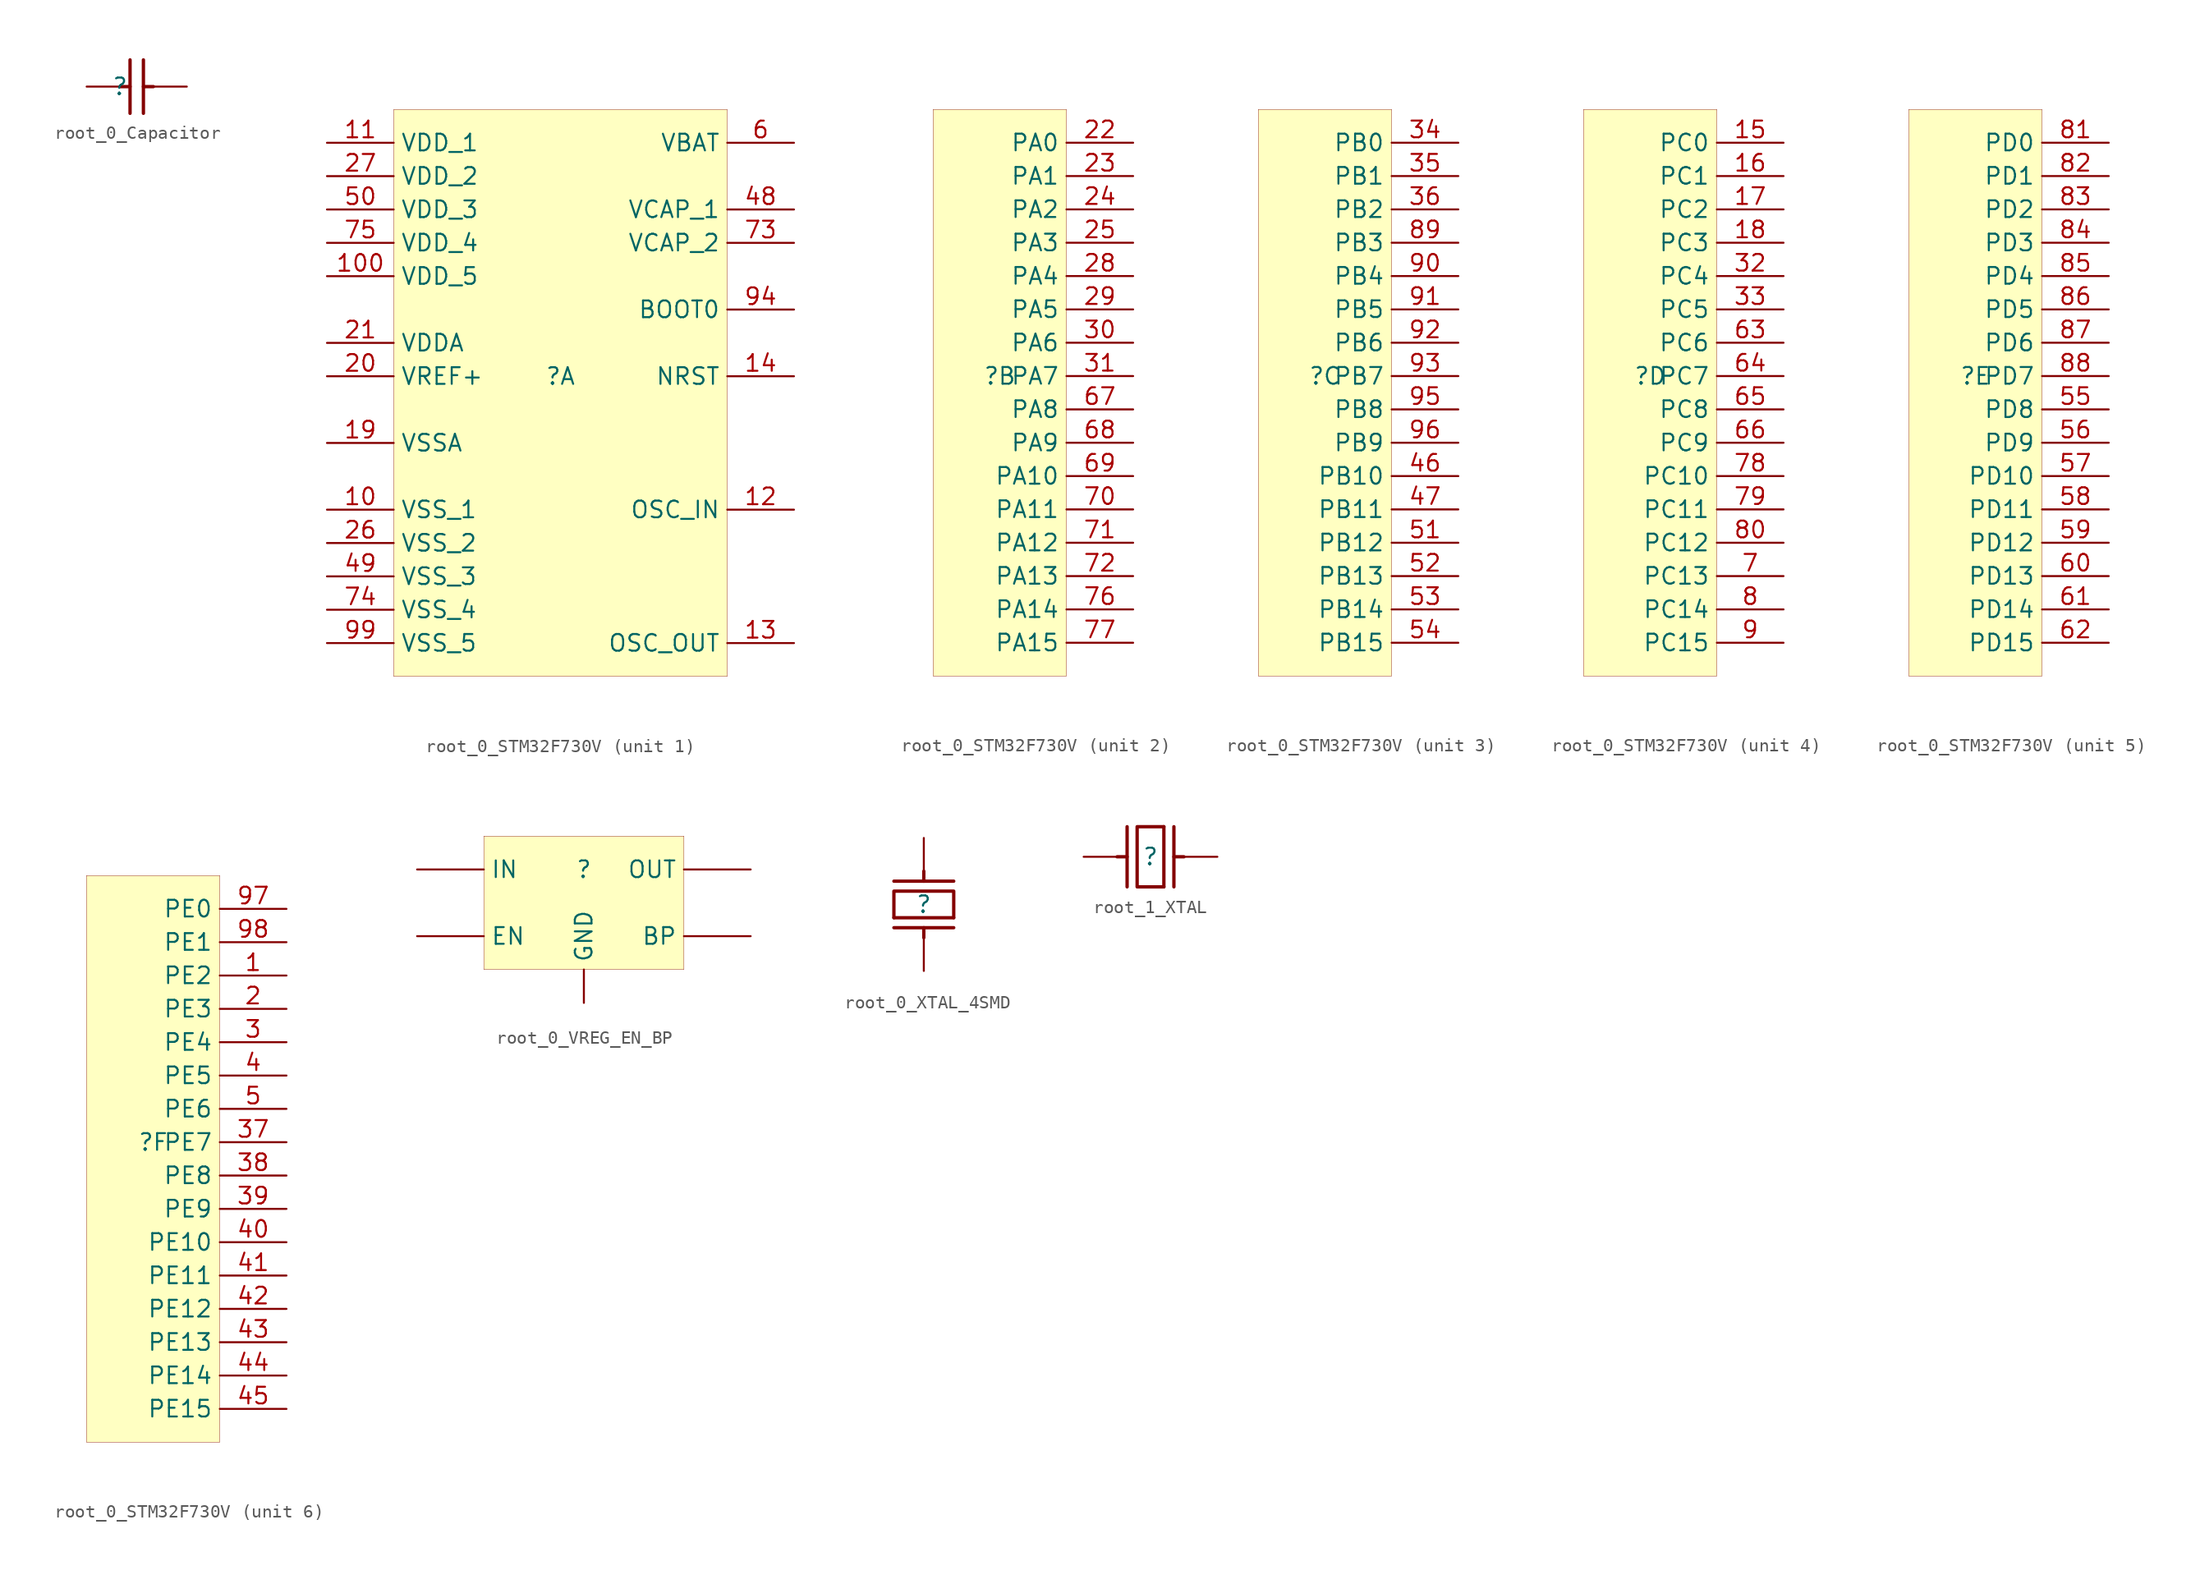
<source format=kicad_sym>
(kicad_symbol_lib
  (version 20231120)
  (generator "kicad_symbol_editor")
  (generator_version "8.0")
  (symbol "root_0_Capacitor"
    (property "Reference" ""
      (at 0 0 0)
      (effects (font (size 1.27 1.27))))
    (property "Value" ""
      (at 0 0 0)
      (effects (font (size 1.27 1.27))))
    (symbol "root_0_Capacitor_1_0"
      (polyline (pts (xy 0 0) (xy 0.762 0)) (stroke (width 0.254) (type solid)) (fill (type none)))
      (polyline (pts (xy 0.762 2.032) (xy 0.762 -2.032)) (stroke (width 0.254) (type solid)) (fill (type none)))
      (polyline (pts (xy 1.778 -2.032) (xy 1.778 2.032)) (stroke (width 0.254) (type solid)) (fill (type none)))
      (polyline (pts (xy 1.778 0) (xy 2.54 0)) (stroke (width 0.254) (type solid)) (fill (type none)))
      (pin passive line (at -2.54 0 0) (length 2.54) (name "1" (effects (font (size 0 0)))) (number "1" (effects (font (size 0 0)))))
      (pin passive line (at 5.08 0 180) (length 2.54) (name "2" (effects (font (size 0 0)))) (number "2" (effects (font (size 0 0)))))))
  (symbol "root_0_STM32F730V"
    (property "Reference" ""
      (at 0 0 0)
      (effects (font (size 1.27 1.27))))
    (property "Value" ""
      (at 0 0 0)
      (effects (font (size 1.27 1.27))))
    (symbol "root_0_STM32F730V_1_0"
      (rectangle (start 12.7 20.32) (end -12.7 -22.86) (stroke (width 0.025) (type solid) (color 128 0 0 1)) (fill (type background)))
      (pin passive line (at -17.78 -10.16 0) (length 5.08) (name "VSS_1" (effects (font (size 1.27 1.27)))) (number "10" (effects (font (size 1.27 1.27)))))
      (pin passive line (at -17.78 7.62 0) (length 5.08) (name "VDD_5" (effects (font (size 1.27 1.27)))) (number "100" (effects (font (size 1.27 1.27)))))
      (pin passive line (at -17.78 17.78 0) (length 5.08) (name "VDD_1" (effects (font (size 1.27 1.27)))) (number "11" (effects (font (size 1.27 1.27)))))
      (pin passive line (at 17.78 -10.16 180) (length 5.08) (name "OSC_IN" (effects (font (size 1.27 1.27)))) (number "12" (effects (font (size 1.27 1.27)))))
      (pin passive line (at 17.78 -20.32 180) (length 5.08) (name "OSC_OUT" (effects (font (size 1.27 1.27)))) (number "13" (effects (font (size 1.27 1.27)))))
      (pin passive line (at 17.78 0 180) (length 5.08) (name "NRST" (effects (font (size 1.27 1.27)))) (number "14" (effects (font (size 1.27 1.27)))))
      (pin passive line (at -17.78 -5.08 0) (length 5.08) (name "VSSA" (effects (font (size 1.27 1.27)))) (number "19" (effects (font (size 1.27 1.27)))))
      (pin passive line (at -17.78 0 0) (length 5.08) (name "VREF+" (effects (font (size 1.27 1.27)))) (number "20" (effects (font (size 1.27 1.27)))))
      (pin passive line (at -17.78 2.54 0) (length 5.08) (name "VDDA" (effects (font (size 1.27 1.27)))) (number "21" (effects (font (size 1.27 1.27)))))
      (pin passive line (at -17.78 -12.7 0) (length 5.08) (name "VSS_2" (effects (font (size 1.27 1.27)))) (number "26" (effects (font (size 1.27 1.27)))))
      (pin passive line (at -17.78 15.24 0) (length 5.08) (name "VDD_2" (effects (font (size 1.27 1.27)))) (number "27" (effects (font (size 1.27 1.27)))))
      (pin passive line (at 17.78 12.7 180) (length 5.08) (name "VCAP_1" (effects (font (size 1.27 1.27)))) (number "48" (effects (font (size 1.27 1.27)))))
      (pin passive line (at -17.78 -15.24 0) (length 5.08) (name "VSS_3" (effects (font (size 1.27 1.27)))) (number "49" (effects (font (size 1.27 1.27)))))
      (pin passive line (at -17.78 12.7 0) (length 5.08) (name "VDD_3" (effects (font (size 1.27 1.27)))) (number "50" (effects (font (size 1.27 1.27)))))
      (pin passive line (at 17.78 17.78 180) (length 5.08) (name "VBAT" (effects (font (size 1.27 1.27)))) (number "6" (effects (font (size 1.27 1.27)))))
      (pin passive line (at 17.78 10.16 180) (length 5.08) (name "VCAP_2" (effects (font (size 1.27 1.27)))) (number "73" (effects (font (size 1.27 1.27)))))
      (pin passive line (at -17.78 -17.78 0) (length 5.08) (name "VSS_4" (effects (font (size 1.27 1.27)))) (number "74" (effects (font (size 1.27 1.27)))))
      (pin passive line (at -17.78 10.16 0) (length 5.08) (name "VDD_4" (effects (font (size 1.27 1.27)))) (number "75" (effects (font (size 1.27 1.27)))))
      (pin passive line (at 17.78 5.08 180) (length 5.08) (name "BOOT0" (effects (font (size 1.27 1.27)))) (number "94" (effects (font (size 1.27 1.27)))))
      (pin passive line (at -17.78 -20.32 0) (length 5.08) (name "VSS_5" (effects (font (size 1.27 1.27)))) (number "99" (effects (font (size 1.27 1.27))))))
    (symbol "root_0_STM32F730V_2_0"
      (rectangle (start 5.08 20.32) (end -5.08 -22.86) (stroke (width 0.025) (type solid) (color 128 0 0 1)) (fill (type background)))
      (pin passive line (at 10.16 17.78 180) (length 5.08) (name "PA0" (effects (font (size 1.27 1.27)))) (number "22" (effects (font (size 1.27 1.27)))))
      (pin passive line (at 10.16 15.24 180) (length 5.08) (name "PA1" (effects (font (size 1.27 1.27)))) (number "23" (effects (font (size 1.27 1.27)))))
      (pin passive line (at 10.16 12.7 180) (length 5.08) (name "PA2" (effects (font (size 1.27 1.27)))) (number "24" (effects (font (size 1.27 1.27)))))
      (pin passive line (at 10.16 10.16 180) (length 5.08) (name "PA3" (effects (font (size 1.27 1.27)))) (number "25" (effects (font (size 1.27 1.27)))))
      (pin passive line (at 10.16 7.62 180) (length 5.08) (name "PA4" (effects (font (size 1.27 1.27)))) (number "28" (effects (font (size 1.27 1.27)))))
      (pin passive line (at 10.16 5.08 180) (length 5.08) (name "PA5" (effects (font (size 1.27 1.27)))) (number "29" (effects (font (size 1.27 1.27)))))
      (pin passive line (at 10.16 2.54 180) (length 5.08) (name "PA6" (effects (font (size 1.27 1.27)))) (number "30" (effects (font (size 1.27 1.27)))))
      (pin passive line (at 10.16 0 180) (length 5.08) (name "PA7" (effects (font (size 1.27 1.27)))) (number "31" (effects (font (size 1.27 1.27)))))
      (pin passive line (at 10.16 -2.54 180) (length 5.08) (name "PA8" (effects (font (size 1.27 1.27)))) (number "67" (effects (font (size 1.27 1.27)))))
      (pin passive line (at 10.16 -5.08 180) (length 5.08) (name "PA9" (effects (font (size 1.27 1.27)))) (number "68" (effects (font (size 1.27 1.27)))))
      (pin passive line (at 10.16 -7.62 180) (length 5.08) (name "PA10" (effects (font (size 1.27 1.27)))) (number "69" (effects (font (size 1.27 1.27)))))
      (pin passive line (at 10.16 -10.16 180) (length 5.08) (name "PA11" (effects (font (size 1.27 1.27)))) (number "70" (effects (font (size 1.27 1.27)))))
      (pin passive line (at 10.16 -12.7 180) (length 5.08) (name "PA12" (effects (font (size 1.27 1.27)))) (number "71" (effects (font (size 1.27 1.27)))))
      (pin passive line (at 10.16 -15.24 180) (length 5.08) (name "PA13" (effects (font (size 1.27 1.27)))) (number "72" (effects (font (size 1.27 1.27)))))
      (pin passive line (at 10.16 -17.78 180) (length 5.08) (name "PA14" (effects (font (size 1.27 1.27)))) (number "76" (effects (font (size 1.27 1.27)))))
      (pin passive line (at 10.16 -20.32 180) (length 5.08) (name "PA15" (effects (font (size 1.27 1.27)))) (number "77" (effects (font (size 1.27 1.27))))))
    (symbol "root_0_STM32F730V_3_0"
      (rectangle (start 5.08 20.32) (end -5.08 -22.86) (stroke (width 0.025) (type solid) (color 128 0 0 1)) (fill (type background)))
      (pin passive line (at 10.16 17.78 180) (length 5.08) (name "PB0" (effects (font (size 1.27 1.27)))) (number "34" (effects (font (size 1.27 1.27)))))
      (pin passive line (at 10.16 15.24 180) (length 5.08) (name "PB1" (effects (font (size 1.27 1.27)))) (number "35" (effects (font (size 1.27 1.27)))))
      (pin passive line (at 10.16 12.7 180) (length 5.08) (name "PB2" (effects (font (size 1.27 1.27)))) (number "36" (effects (font (size 1.27 1.27)))))
      (pin passive line (at 10.16 -7.62 180) (length 5.08) (name "PB10" (effects (font (size 1.27 1.27)))) (number "46" (effects (font (size 1.27 1.27)))))
      (pin passive line (at 10.16 -10.16 180) (length 5.08) (name "PB11" (effects (font (size 1.27 1.27)))) (number "47" (effects (font (size 1.27 1.27)))))
      (pin passive line (at 10.16 -12.7 180) (length 5.08) (name "PB12" (effects (font (size 1.27 1.27)))) (number "51" (effects (font (size 1.27 1.27)))))
      (pin passive line (at 10.16 -15.24 180) (length 5.08) (name "PB13" (effects (font (size 1.27 1.27)))) (number "52" (effects (font (size 1.27 1.27)))))
      (pin passive line (at 10.16 -17.78 180) (length 5.08) (name "PB14" (effects (font (size 1.27 1.27)))) (number "53" (effects (font (size 1.27 1.27)))))
      (pin passive line (at 10.16 -20.32 180) (length 5.08) (name "PB15" (effects (font (size 1.27 1.27)))) (number "54" (effects (font (size 1.27 1.27)))))
      (pin passive line (at 10.16 10.16 180) (length 5.08) (name "PB3" (effects (font (size 1.27 1.27)))) (number "89" (effects (font (size 1.27 1.27)))))
      (pin passive line (at 10.16 7.62 180) (length 5.08) (name "PB4" (effects (font (size 1.27 1.27)))) (number "90" (effects (font (size 1.27 1.27)))))
      (pin passive line (at 10.16 5.08 180) (length 5.08) (name "PB5" (effects (font (size 1.27 1.27)))) (number "91" (effects (font (size 1.27 1.27)))))
      (pin passive line (at 10.16 2.54 180) (length 5.08) (name "PB6" (effects (font (size 1.27 1.27)))) (number "92" (effects (font (size 1.27 1.27)))))
      (pin passive line (at 10.16 0 180) (length 5.08) (name "PB7" (effects (font (size 1.27 1.27)))) (number "93" (effects (font (size 1.27 1.27)))))
      (pin passive line (at 10.16 -2.54 180) (length 5.08) (name "PB8" (effects (font (size 1.27 1.27)))) (number "95" (effects (font (size 1.27 1.27)))))
      (pin passive line (at 10.16 -5.08 180) (length 5.08) (name "PB9" (effects (font (size 1.27 1.27)))) (number "96" (effects (font (size 1.27 1.27))))))
    (symbol "root_0_STM32F730V_4_0"
      (rectangle (start 5.08 20.32) (end -5.08 -22.86) (stroke (width 0.025) (type solid) (color 128 0 0 1)) (fill (type background)))
      (pin passive line (at 10.16 17.78 180) (length 5.08) (name "PC0" (effects (font (size 1.27 1.27)))) (number "15" (effects (font (size 1.27 1.27)))))
      (pin passive line (at 10.16 15.24 180) (length 5.08) (name "PC1" (effects (font (size 1.27 1.27)))) (number "16" (effects (font (size 1.27 1.27)))))
      (pin passive line (at 10.16 12.7 180) (length 5.08) (name "PC2" (effects (font (size 1.27 1.27)))) (number "17" (effects (font (size 1.27 1.27)))))
      (pin passive line (at 10.16 10.16 180) (length 5.08) (name "PC3" (effects (font (size 1.27 1.27)))) (number "18" (effects (font (size 1.27 1.27)))))
      (pin passive line (at 10.16 7.62 180) (length 5.08) (name "PC4" (effects (font (size 1.27 1.27)))) (number "32" (effects (font (size 1.27 1.27)))))
      (pin passive line (at 10.16 5.08 180) (length 5.08) (name "PC5" (effects (font (size 1.27 1.27)))) (number "33" (effects (font (size 1.27 1.27)))))
      (pin passive line (at 10.16 2.54 180) (length 5.08) (name "PC6" (effects (font (size 1.27 1.27)))) (number "63" (effects (font (size 1.27 1.27)))))
      (pin passive line (at 10.16 0 180) (length 5.08) (name "PC7" (effects (font (size 1.27 1.27)))) (number "64" (effects (font (size 1.27 1.27)))))
      (pin passive line (at 10.16 -2.54 180) (length 5.08) (name "PC8" (effects (font (size 1.27 1.27)))) (number "65" (effects (font (size 1.27 1.27)))))
      (pin passive line (at 10.16 -5.08 180) (length 5.08) (name "PC9" (effects (font (size 1.27 1.27)))) (number "66" (effects (font (size 1.27 1.27)))))
      (pin passive line (at 10.16 -15.24 180) (length 5.08) (name "PC13" (effects (font (size 1.27 1.27)))) (number "7" (effects (font (size 1.27 1.27)))))
      (pin passive line (at 10.16 -7.62 180) (length 5.08) (name "PC10" (effects (font (size 1.27 1.27)))) (number "78" (effects (font (size 1.27 1.27)))))
      (pin passive line (at 10.16 -10.16 180) (length 5.08) (name "PC11" (effects (font (size 1.27 1.27)))) (number "79" (effects (font (size 1.27 1.27)))))
      (pin passive line (at 10.16 -17.78 180) (length 5.08) (name "PC14" (effects (font (size 1.27 1.27)))) (number "8" (effects (font (size 1.27 1.27)))))
      (pin passive line (at 10.16 -12.7 180) (length 5.08) (name "PC12" (effects (font (size 1.27 1.27)))) (number "80" (effects (font (size 1.27 1.27)))))
      (pin passive line (at 10.16 -20.32 180) (length 5.08) (name "PC15" (effects (font (size 1.27 1.27)))) (number "9" (effects (font (size 1.27 1.27))))))
    (symbol "root_0_STM32F730V_5_0"
      (rectangle (start 5.08 20.32) (end -5.08 -22.86) (stroke (width 0.025) (type solid) (color 128 0 0 1)) (fill (type background)))
      (pin passive line (at 10.16 -2.54 180) (length 5.08) (name "PD8" (effects (font (size 1.27 1.27)))) (number "55" (effects (font (size 1.27 1.27)))))
      (pin passive line (at 10.16 -5.08 180) (length 5.08) (name "PD9" (effects (font (size 1.27 1.27)))) (number "56" (effects (font (size 1.27 1.27)))))
      (pin passive line (at 10.16 -7.62 180) (length 5.08) (name "PD10" (effects (font (size 1.27 1.27)))) (number "57" (effects (font (size 1.27 1.27)))))
      (pin passive line (at 10.16 -10.16 180) (length 5.08) (name "PD11" (effects (font (size 1.27 1.27)))) (number "58" (effects (font (size 1.27 1.27)))))
      (pin passive line (at 10.16 -12.7 180) (length 5.08) (name "PD12" (effects (font (size 1.27 1.27)))) (number "59" (effects (font (size 1.27 1.27)))))
      (pin passive line (at 10.16 -15.24 180) (length 5.08) (name "PD13" (effects (font (size 1.27 1.27)))) (number "60" (effects (font (size 1.27 1.27)))))
      (pin passive line (at 10.16 -17.78 180) (length 5.08) (name "PD14" (effects (font (size 1.27 1.27)))) (number "61" (effects (font (size 1.27 1.27)))))
      (pin passive line (at 10.16 -20.32 180) (length 5.08) (name "PD15" (effects (font (size 1.27 1.27)))) (number "62" (effects (font (size 1.27 1.27)))))
      (pin passive line (at 10.16 17.78 180) (length 5.08) (name "PD0" (effects (font (size 1.27 1.27)))) (number "81" (effects (font (size 1.27 1.27)))))
      (pin passive line (at 10.16 15.24 180) (length 5.08) (name "PD1" (effects (font (size 1.27 1.27)))) (number "82" (effects (font (size 1.27 1.27)))))
      (pin passive line (at 10.16 12.7 180) (length 5.08) (name "PD2" (effects (font (size 1.27 1.27)))) (number "83" (effects (font (size 1.27 1.27)))))
      (pin passive line (at 10.16 10.16 180) (length 5.08) (name "PD3" (effects (font (size 1.27 1.27)))) (number "84" (effects (font (size 1.27 1.27)))))
      (pin passive line (at 10.16 7.62 180) (length 5.08) (name "PD4" (effects (font (size 1.27 1.27)))) (number "85" (effects (font (size 1.27 1.27)))))
      (pin passive line (at 10.16 5.08 180) (length 5.08) (name "PD5" (effects (font (size 1.27 1.27)))) (number "86" (effects (font (size 1.27 1.27)))))
      (pin passive line (at 10.16 2.54 180) (length 5.08) (name "PD6" (effects (font (size 1.27 1.27)))) (number "87" (effects (font (size 1.27 1.27)))))
      (pin passive line (at 10.16 0 180) (length 5.08) (name "PD7" (effects (font (size 1.27 1.27)))) (number "88" (effects (font (size 1.27 1.27))))))
    (symbol "root_0_STM32F730V_6_0"
      (rectangle (start 5.08 20.32) (end -5.08 -22.86) (stroke (width 0.025) (type solid) (color 128 0 0 1)) (fill (type background)))
      (pin passive line (at 10.16 12.7 180) (length 5.08) (name "PE2" (effects (font (size 1.27 1.27)))) (number "1" (effects (font (size 1.27 1.27)))))
      (pin passive line (at 10.16 10.16 180) (length 5.08) (name "PE3" (effects (font (size 1.27 1.27)))) (number "2" (effects (font (size 1.27 1.27)))))
      (pin passive line (at 10.16 7.62 180) (length 5.08) (name "PE4" (effects (font (size 1.27 1.27)))) (number "3" (effects (font (size 1.27 1.27)))))
      (pin passive line (at 10.16 0 180) (length 5.08) (name "PE7" (effects (font (size 1.27 1.27)))) (number "37" (effects (font (size 1.27 1.27)))))
      (pin passive line (at 10.16 -2.54 180) (length 5.08) (name "PE8" (effects (font (size 1.27 1.27)))) (number "38" (effects (font (size 1.27 1.27)))))
      (pin passive line (at 10.16 -5.08 180) (length 5.08) (name "PE9" (effects (font (size 1.27 1.27)))) (number "39" (effects (font (size 1.27 1.27)))))
      (pin passive line (at 10.16 5.08 180) (length 5.08) (name "PE5" (effects (font (size 1.27 1.27)))) (number "4" (effects (font (size 1.27 1.27)))))
      (pin passive line (at 10.16 -7.62 180) (length 5.08) (name "PE10" (effects (font (size 1.27 1.27)))) (number "40" (effects (font (size 1.27 1.27)))))
      (pin passive line (at 10.16 -10.16 180) (length 5.08) (name "PE11" (effects (font (size 1.27 1.27)))) (number "41" (effects (font (size 1.27 1.27)))))
      (pin passive line (at 10.16 -12.7 180) (length 5.08) (name "PE12" (effects (font (size 1.27 1.27)))) (number "42" (effects (font (size 1.27 1.27)))))
      (pin passive line (at 10.16 -15.24 180) (length 5.08) (name "PE13" (effects (font (size 1.27 1.27)))) (number "43" (effects (font (size 1.27 1.27)))))
      (pin passive line (at 10.16 -17.78 180) (length 5.08) (name "PE14" (effects (font (size 1.27 1.27)))) (number "44" (effects (font (size 1.27 1.27)))))
      (pin passive line (at 10.16 -20.32 180) (length 5.08) (name "PE15" (effects (font (size 1.27 1.27)))) (number "45" (effects (font (size 1.27 1.27)))))
      (pin passive line (at 10.16 2.54 180) (length 5.08) (name "PE6" (effects (font (size 1.27 1.27)))) (number "5" (effects (font (size 1.27 1.27)))))
      (pin passive line (at 10.16 17.78 180) (length 5.08) (name "PE0" (effects (font (size 1.27 1.27)))) (number "97" (effects (font (size 1.27 1.27)))))
      (pin passive line (at 10.16 15.24 180) (length 5.08) (name "PE1" (effects (font (size 1.27 1.27)))) (number "98" (effects (font (size 1.27 1.27)))))))
  (symbol "root_0_VREG_EN_BP"
    (property "Reference" ""
      (at 0 0 0)
      (effects (font (size 1.27 1.27))))
    (property "Value" ""
      (at 0 0 0)
      (effects (font (size 1.27 1.27))))
    (symbol "root_0_VREG_EN_BP_1_0"
      (rectangle (start 7.62 2.54) (end -7.62 -7.62) (stroke (width 0.025) (type solid) (color 128 0 0 1)) (fill (type background)))
      (pin passive line (at 12.7 -5.08 180) (length 5.08) (name "BP" (effects (font (size 1.27 1.27)))) (number "BP" (effects (font (size 0 0)))))
      (pin passive line (at -12.7 -5.08 0) (length 5.08) (name "EN" (effects (font (size 1.27 1.27)))) (number "EN" (effects (font (size 0 0)))))
      (pin passive line (at 0 -10.16 90) (length 2.54) (name "GND" (effects (font (size 1.27 1.27)))) (number "GND" (effects (font (size 0 0)))))
      (pin passive line (at -12.7 0 0) (length 5.08) (name "IN" (effects (font (size 1.27 1.27)))) (number "IN" (effects (font (size 0 0)))))
      (pin passive line (at 12.7 0 180) (length 5.08) (name "OUT" (effects (font (size 1.27 1.27)))) (number "OUT" (effects (font (size 0 0)))))))
  (symbol "root_0_XTAL_4SMD"
    (property "Reference" ""
      (at 0 0 0)
      (effects (font (size 1.27 1.27))))
    (property "Value" ""
      (at 0 0 0)
      (effects (font (size 1.27 1.27))))
    (symbol "root_0_XTAL_4SMD_1_0"
      (polyline (pts (xy -2.286 -1.778) (xy 2.286 -1.778)) (stroke (width 0.254) (type solid)) (fill (type none)))
      (polyline (pts (xy -2.286 -1.016) (xy 2.286 -1.016)) (stroke (width 0.254) (type solid)) (fill (type none)))
      (polyline (pts (xy -2.286 1.778) (xy 2.286 1.778)) (stroke (width 0.254) (type solid)) (fill (type none)))
      (polyline (pts (xy 0 -1.778) (xy 0 -2.54)) (stroke (width 0.254) (type solid)) (fill (type none)))
      (polyline (pts (xy 0 2.54) (xy 0 1.778)) (stroke (width 0.254) (type solid)) (fill (type none)))
      (polyline (pts (xy -2.286 -1.016) (xy -2.286 1.016) (xy 2.286 1.016) (xy 2.286 -1.016)) (stroke (width 0.254) (type solid)) (fill (type none)))
      (pin passive line (at 0 5.08 270) (length 2.54) (name "1" (effects (font (size 0 0)))) (number "1" (effects (font (size 0 0)))))
      (pin passive line (at 2.54 2.54 0) (length 0) hide (name "2" (effects (font (size 1.27 1.27)))) (number "2" (effects (font (size 0 0)))))
      (pin passive line (at 0 -5.08 90) (length 2.54) (name "3" (effects (font (size 0 0)))) (number "3" (effects (font (size 0 0)))))
      (pin passive line (at 2.54 0 0) (length 0) hide (name "4" (effects (font (size 1.27 1.27)))) (number "4" (effects (font (size 0 0)))))))
  (symbol "root_1_XTAL"
    (property "Reference" ""
      (at 0 0 0)
      (effects (font (size 1.27 1.27))))
    (property "Value" ""
      (at 0 0 0)
      (effects (font (size 1.27 1.27))))
    (symbol "root_1_XTAL_1_0"
      (polyline (pts (xy -2.54 0) (xy -1.778 0)) (stroke (width 0.254) (type solid)) (fill (type none)))
      (polyline (pts (xy -1.778 -2.286) (xy -1.778 2.286)) (stroke (width 0.254) (type solid)) (fill (type none)))
      (polyline (pts (xy 1.016 -2.286) (xy 1.016 2.286)) (stroke (width 0.254) (type solid)) (fill (type none)))
      (polyline (pts (xy 1.778 -2.286) (xy 1.778 2.286)) (stroke (width 0.254) (type solid)) (fill (type none)))
      (polyline (pts (xy 1.778 0) (xy 2.54 0)) (stroke (width 0.254) (type solid)) (fill (type none)))
      (polyline (pts (xy 1.016 -2.286) (xy -1.016 -2.286) (xy -1.016 2.286) (xy 1.016 2.286)) (stroke (width 0.254) (type solid)) (fill (type none)))
      (pin passive line (at -5.08 0 0) (length 2.54) (name "1" (effects (font (size 0 0)))) (number "1" (effects (font (size 0 0)))))
      (pin passive line (at 5.08 0 180) (length 2.54) (name "2" (effects (font (size 0 0)))) (number "2" (effects (font (size 0 0))))))))
</source>
